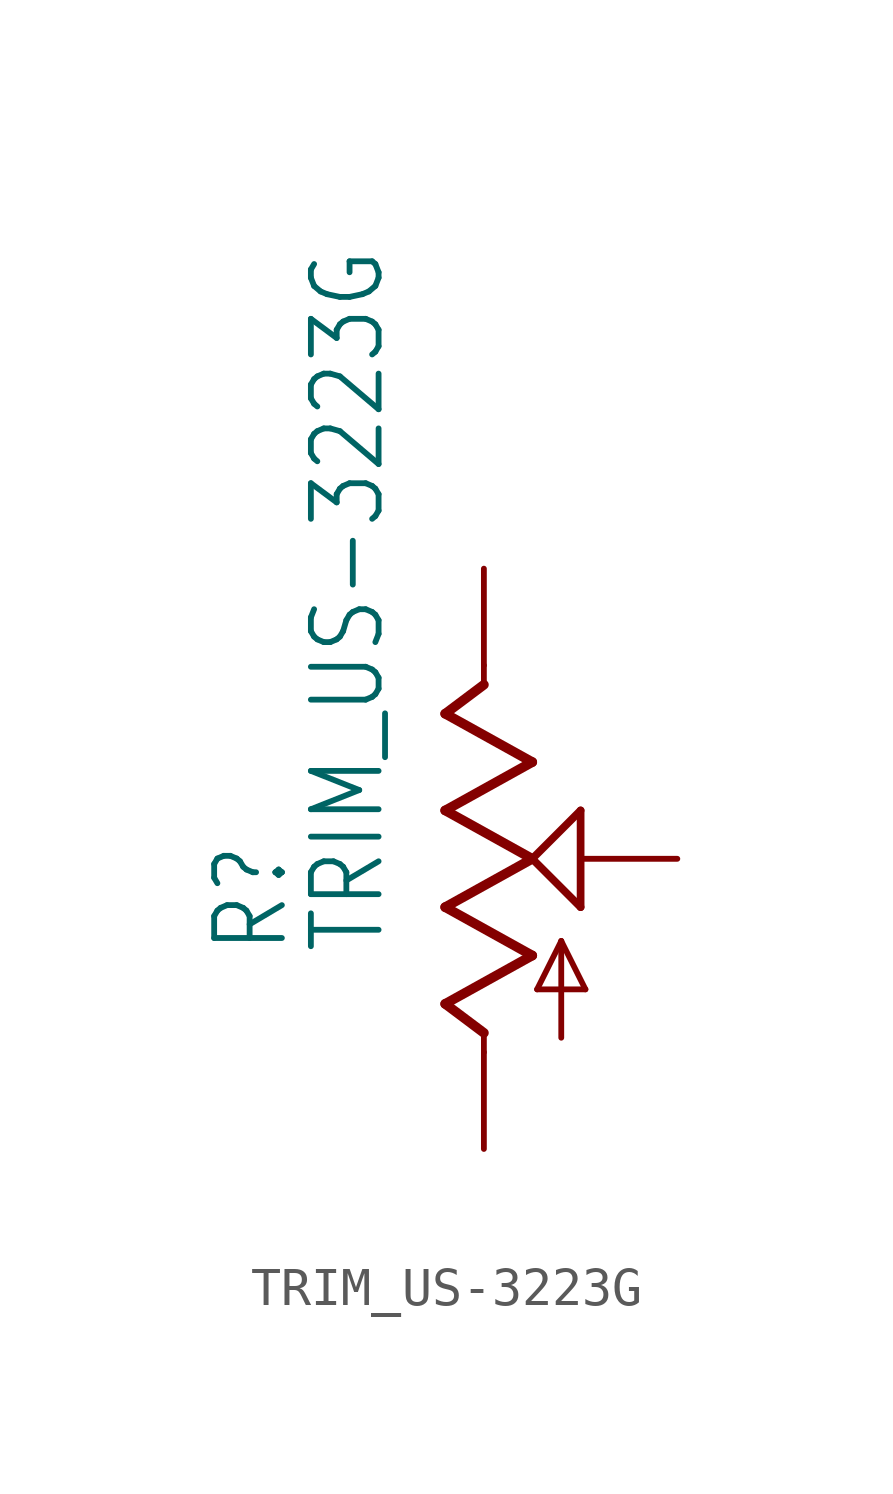
<source format=kicad_sym>
(kicad_symbol_lib
  (version 20211014)
  (generator kicad_symbol_editor)
  (symbol "TRIM_US-3223G"
    (property "Reference" "R"
      (at -5.08 -2.54 90)
      (effects (font (size 1.778 1.511)) (justify left bottom)))
    (property "Value" "TRIM_US-3223G"
      (at -2.54 -2.54 90)
      (effects (font (size 1.778 1.511)) (justify left bottom)))
    (property "ki_locked" ""
      (at 0 0 0)
      (effects (font (size 1.27 1.27))))
    (symbol "TRIM_US-3223G_1_0"
      (polyline (pts (xy -1.016 -3.81) (xy 1.27 -2.54)) (stroke (width 0.254) (type default) (color 0 0 0 0)) (fill (type none)))
      (polyline (pts (xy -1.016 -1.27) (xy 1.27 0)) (stroke (width 0.254) (type default) (color 0 0 0 0)) (fill (type none)))
      (polyline (pts (xy -1.016 1.27) (xy 1.27 2.54)) (stroke (width 0.254) (type default) (color 0 0 0 0)) (fill (type none)))
      (polyline (pts (xy -1.016 3.81) (xy 0 4.572)) (stroke (width 0.254) (type default) (color 0 0 0 0)) (fill (type none)))
      (polyline (pts (xy 0 -5.08) (xy 0 -4.572)) (stroke (width 0.152) (type default) (color 0 0 0 0)) (fill (type none)))
      (polyline (pts (xy 0 -4.572) (xy -1.016 -3.81)) (stroke (width 0.254) (type default) (color 0 0 0 0)) (fill (type none)))
      (polyline (pts (xy 0 4.572) (xy 0 5.08)) (stroke (width 0.152) (type default) (color 0 0 0 0)) (fill (type none)))
      (polyline (pts (xy 1.27 -2.54) (xy -1.016 -1.27)) (stroke (width 0.254) (type default) (color 0 0 0 0)) (fill (type none)))
      (polyline (pts (xy 1.27 0) (xy -1.016 1.27)) (stroke (width 0.254) (type default) (color 0 0 0 0)) (fill (type none)))
      (polyline (pts (xy 1.27 0) (xy 2.54 1.27)) (stroke (width 0.203) (type default) (color 0 0 0 0)) (fill (type none)))
      (polyline (pts (xy 1.27 2.54) (xy -1.016 3.81)) (stroke (width 0.254) (type default) (color 0 0 0 0)) (fill (type none)))
      (polyline (pts (xy 1.397 -3.429) (xy 2.032 -2.159)) (stroke (width 0.152) (type default) (color 0 0 0 0)) (fill (type none)))
      (polyline (pts (xy 2.032 -4.699) (xy 2.032 -2.159)) (stroke (width 0.152) (type default) (color 0 0 0 0)) (fill (type none)))
      (polyline (pts (xy 2.032 -2.159) (xy 2.667 -3.429)) (stroke (width 0.152) (type default) (color 0 0 0 0)) (fill (type none)))
      (polyline (pts (xy 2.54 -1.27) (xy 1.27 0)) (stroke (width 0.203) (type default) (color 0 0 0 0)) (fill (type none)))
      (polyline (pts (xy 2.54 1.27) (xy 2.54 -1.27)) (stroke (width 0.203) (type default) (color 0 0 0 0)) (fill (type none)))
      (polyline (pts (xy 2.667 -3.429) (xy 1.397 -3.429)) (stroke (width 0.152) (type default) (color 0 0 0 0)) (fill (type none)))
      (pin passive line (at 0 -7.62 90) (length 2.54) (name "A" (effects (font (size 0 0)))) (number "1" (effects (font (size 0 0)))))
      (pin passive line (at 5.08 0 180) (length 2.54) (name "S" (effects (font (size 0 0)))) (number "2" (effects (font (size 0 0)))))
      (pin passive line (at 0 7.62 270) (length 2.54) (name "E" (effects (font (size 0 0)))) (number "3" (effects (font (size 0 0))))))))
</source>
